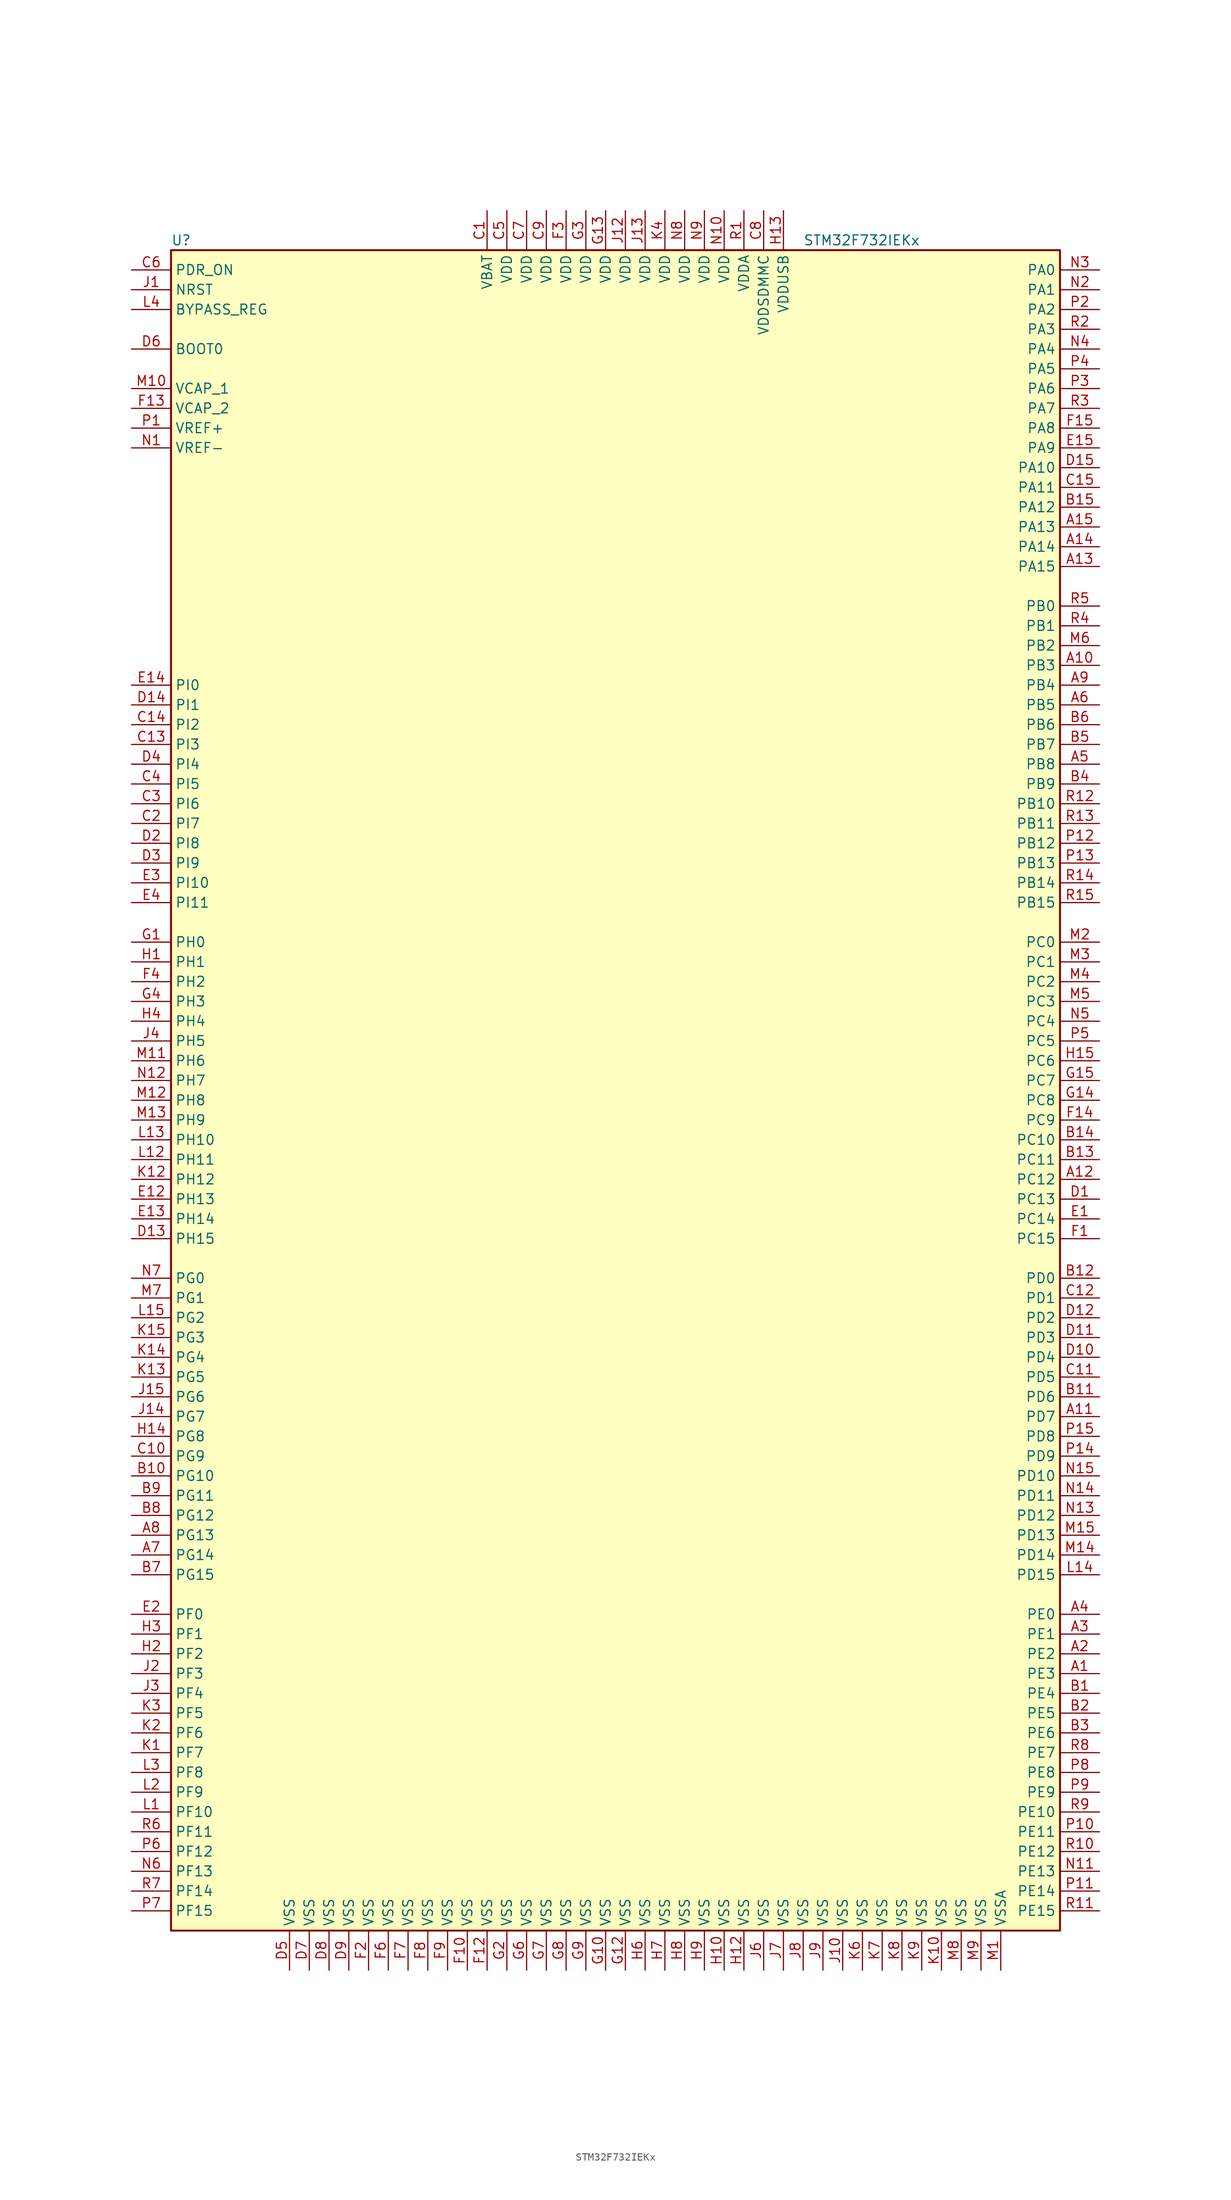
<source format=kicad_sym>
(kicad_symbol_lib
  (version 20201005)
  (generator kicad_symbol_editor)
  (symbol "MCU_ST_STM32F7:STM32F732IEKx"
    (property "Reference" "U"
      (at -58.42 107.95 0)
      (effects (font (size 1.27 1.27)) (justify left)))
    (property "Value" "STM32F732IEKx"
      (at 22.86 107.95 0)
      (effects (font (size 1.27 1.27)) (justify left)))
    (symbol "STM32F732IEKx_0_1"
      (rectangle (start -58.42 -109.22) (end 55.88 106.68) (stroke (width 0.254)) (fill (type background))))
    (symbol "STM32F732IEKx_1_1"
      (pin input line (at -63.5 93.98 0) (length 5.08) (name "BOOT0" (effects (font (size 1.27 1.27)))) (number "D6" (effects (font (size 1.27 1.27)))))
      (pin input line (at -63.5 99.06 0) (length 5.08) (name "BYPASS_REG" (effects (font (size 1.27 1.27)))) (number "L4" (effects (font (size 1.27 1.27)))))
      (pin input line (at -63.5 101.6 0) (length 5.08) (name "NRST" (effects (font (size 1.27 1.27)))) (number "J1" (effects (font (size 1.27 1.27)))))
      (pin bidirectional line (at 60.96 104.14 180) (length 5.08) (name "PA0" (effects (font (size 1.27 1.27)))) (number "N3" (effects (font (size 1.27 1.27)))))
      (pin bidirectional line (at 60.96 101.6 180) (length 5.08) (name "PA1" (effects (font (size 1.27 1.27)))) (number "N2" (effects (font (size 1.27 1.27)))))
      (pin bidirectional line (at 60.96 78.74 180) (length 5.08) (name "PA10" (effects (font (size 1.27 1.27)))) (number "D15" (effects (font (size 1.27 1.27)))))
      (pin bidirectional line (at 60.96 76.2 180) (length 5.08) (name "PA11" (effects (font (size 1.27 1.27)))) (number "C15" (effects (font (size 1.27 1.27)))))
      (pin bidirectional line (at 60.96 73.66 180) (length 5.08) (name "PA12" (effects (font (size 1.27 1.27)))) (number "B15" (effects (font (size 1.27 1.27)))))
      (pin bidirectional line (at 60.96 71.12 180) (length 5.08) (name "PA13" (effects (font (size 1.27 1.27)))) (number "A15" (effects (font (size 1.27 1.27)))))
      (pin bidirectional line (at 60.96 68.58 180) (length 5.08) (name "PA14" (effects (font (size 1.27 1.27)))) (number "A14" (effects (font (size 1.27 1.27)))))
      (pin bidirectional line (at 60.96 66.04 180) (length 5.08) (name "PA15" (effects (font (size 1.27 1.27)))) (number "A13" (effects (font (size 1.27 1.27)))))
      (pin bidirectional line (at 60.96 99.06 180) (length 5.08) (name "PA2" (effects (font (size 1.27 1.27)))) (number "P2" (effects (font (size 1.27 1.27)))))
      (pin bidirectional line (at 60.96 96.52 180) (length 5.08) (name "PA3" (effects (font (size 1.27 1.27)))) (number "R2" (effects (font (size 1.27 1.27)))))
      (pin bidirectional line (at 60.96 93.98 180) (length 5.08) (name "PA4" (effects (font (size 1.27 1.27)))) (number "N4" (effects (font (size 1.27 1.27)))))
      (pin bidirectional line (at 60.96 91.44 180) (length 5.08) (name "PA5" (effects (font (size 1.27 1.27)))) (number "P4" (effects (font (size 1.27 1.27)))))
      (pin bidirectional line (at 60.96 88.9 180) (length 5.08) (name "PA6" (effects (font (size 1.27 1.27)))) (number "P3" (effects (font (size 1.27 1.27)))))
      (pin bidirectional line (at 60.96 86.36 180) (length 5.08) (name "PA7" (effects (font (size 1.27 1.27)))) (number "R3" (effects (font (size 1.27 1.27)))))
      (pin bidirectional line (at 60.96 83.82 180) (length 5.08) (name "PA8" (effects (font (size 1.27 1.27)))) (number "F15" (effects (font (size 1.27 1.27)))))
      (pin bidirectional line (at 60.96 81.28 180) (length 5.08) (name "PA9" (effects (font (size 1.27 1.27)))) (number "E15" (effects (font (size 1.27 1.27)))))
      (pin bidirectional line (at 60.96 60.96 180) (length 5.08) (name "PB0" (effects (font (size 1.27 1.27)))) (number "R5" (effects (font (size 1.27 1.27)))))
      (pin bidirectional line (at 60.96 58.42 180) (length 5.08) (name "PB1" (effects (font (size 1.27 1.27)))) (number "R4" (effects (font (size 1.27 1.27)))))
      (pin bidirectional line (at 60.96 35.56 180) (length 5.08) (name "PB10" (effects (font (size 1.27 1.27)))) (number "R12" (effects (font (size 1.27 1.27)))))
      (pin bidirectional line (at 60.96 33.02 180) (length 5.08) (name "PB11" (effects (font (size 1.27 1.27)))) (number "R13" (effects (font (size 1.27 1.27)))))
      (pin bidirectional line (at 60.96 30.48 180) (length 5.08) (name "PB12" (effects (font (size 1.27 1.27)))) (number "P12" (effects (font (size 1.27 1.27)))))
      (pin bidirectional line (at 60.96 27.94 180) (length 5.08) (name "PB13" (effects (font (size 1.27 1.27)))) (number "P13" (effects (font (size 1.27 1.27)))))
      (pin bidirectional line (at 60.96 25.4 180) (length 5.08) (name "PB14" (effects (font (size 1.27 1.27)))) (number "R14" (effects (font (size 1.27 1.27)))))
      (pin bidirectional line (at 60.96 22.86 180) (length 5.08) (name "PB15" (effects (font (size 1.27 1.27)))) (number "R15" (effects (font (size 1.27 1.27)))))
      (pin bidirectional line (at 60.96 55.88 180) (length 5.08) (name "PB2" (effects (font (size 1.27 1.27)))) (number "M6" (effects (font (size 1.27 1.27)))))
      (pin bidirectional line (at 60.96 53.34 180) (length 5.08) (name "PB3" (effects (font (size 1.27 1.27)))) (number "A10" (effects (font (size 1.27 1.27)))))
      (pin bidirectional line (at 60.96 50.8 180) (length 5.08) (name "PB4" (effects (font (size 1.27 1.27)))) (number "A9" (effects (font (size 1.27 1.27)))))
      (pin bidirectional line (at 60.96 48.26 180) (length 5.08) (name "PB5" (effects (font (size 1.27 1.27)))) (number "A6" (effects (font (size 1.27 1.27)))))
      (pin bidirectional line (at 60.96 45.72 180) (length 5.08) (name "PB6" (effects (font (size 1.27 1.27)))) (number "B6" (effects (font (size 1.27 1.27)))))
      (pin bidirectional line (at 60.96 43.18 180) (length 5.08) (name "PB7" (effects (font (size 1.27 1.27)))) (number "B5" (effects (font (size 1.27 1.27)))))
      (pin bidirectional line (at 60.96 40.64 180) (length 5.08) (name "PB8" (effects (font (size 1.27 1.27)))) (number "A5" (effects (font (size 1.27 1.27)))))
      (pin bidirectional line (at 60.96 38.1 180) (length 5.08) (name "PB9" (effects (font (size 1.27 1.27)))) (number "B4" (effects (font (size 1.27 1.27)))))
      (pin bidirectional line (at 60.96 17.78 180) (length 5.08) (name "PC0" (effects (font (size 1.27 1.27)))) (number "M2" (effects (font (size 1.27 1.27)))))
      (pin bidirectional line (at 60.96 15.24 180) (length 5.08) (name "PC1" (effects (font (size 1.27 1.27)))) (number "M3" (effects (font (size 1.27 1.27)))))
      (pin bidirectional line (at 60.96 -7.62 180) (length 5.08) (name "PC10" (effects (font (size 1.27 1.27)))) (number "B14" (effects (font (size 1.27 1.27)))))
      (pin bidirectional line (at 60.96 -10.16 180) (length 5.08) (name "PC11" (effects (font (size 1.27 1.27)))) (number "B13" (effects (font (size 1.27 1.27)))))
      (pin bidirectional line (at 60.96 -12.7 180) (length 5.08) (name "PC12" (effects (font (size 1.27 1.27)))) (number "A12" (effects (font (size 1.27 1.27)))))
      (pin bidirectional line (at 60.96 -15.24 180) (length 5.08) (name "PC13" (effects (font (size 1.27 1.27)))) (number "D1" (effects (font (size 1.27 1.27)))))
      (pin bidirectional line (at 60.96 -17.78 180) (length 5.08) (name "PC14" (effects (font (size 1.27 1.27)))) (number "E1" (effects (font (size 1.27 1.27)))))
      (pin bidirectional line (at 60.96 -20.32 180) (length 5.08) (name "PC15" (effects (font (size 1.27 1.27)))) (number "F1" (effects (font (size 1.27 1.27)))))
      (pin bidirectional line (at 60.96 12.7 180) (length 5.08) (name "PC2" (effects (font (size 1.27 1.27)))) (number "M4" (effects (font (size 1.27 1.27)))))
      (pin bidirectional line (at 60.96 10.16 180) (length 5.08) (name "PC3" (effects (font (size 1.27 1.27)))) (number "M5" (effects (font (size 1.27 1.27)))))
      (pin bidirectional line (at 60.96 7.62 180) (length 5.08) (name "PC4" (effects (font (size 1.27 1.27)))) (number "N5" (effects (font (size 1.27 1.27)))))
      (pin bidirectional line (at 60.96 5.08 180) (length 5.08) (name "PC5" (effects (font (size 1.27 1.27)))) (number "P5" (effects (font (size 1.27 1.27)))))
      (pin bidirectional line (at 60.96 2.54 180) (length 5.08) (name "PC6" (effects (font (size 1.27 1.27)))) (number "H15" (effects (font (size 1.27 1.27)))))
      (pin bidirectional line (at 60.96 0 180) (length 5.08) (name "PC7" (effects (font (size 1.27 1.27)))) (number "G15" (effects (font (size 1.27 1.27)))))
      (pin bidirectional line (at 60.96 -2.54 180) (length 5.08) (name "PC8" (effects (font (size 1.27 1.27)))) (number "G14" (effects (font (size 1.27 1.27)))))
      (pin bidirectional line (at 60.96 -5.08 180) (length 5.08) (name "PC9" (effects (font (size 1.27 1.27)))) (number "F14" (effects (font (size 1.27 1.27)))))
      (pin bidirectional line (at 60.96 -25.4 180) (length 5.08) (name "PD0" (effects (font (size 1.27 1.27)))) (number "B12" (effects (font (size 1.27 1.27)))))
      (pin bidirectional line (at 60.96 -27.94 180) (length 5.08) (name "PD1" (effects (font (size 1.27 1.27)))) (number "C12" (effects (font (size 1.27 1.27)))))
      (pin bidirectional line (at 60.96 -50.8 180) (length 5.08) (name "PD10" (effects (font (size 1.27 1.27)))) (number "N15" (effects (font (size 1.27 1.27)))))
      (pin bidirectional line (at 60.96 -53.34 180) (length 5.08) (name "PD11" (effects (font (size 1.27 1.27)))) (number "N14" (effects (font (size 1.27 1.27)))))
      (pin bidirectional line (at 60.96 -55.88 180) (length 5.08) (name "PD12" (effects (font (size 1.27 1.27)))) (number "N13" (effects (font (size 1.27 1.27)))))
      (pin bidirectional line (at 60.96 -58.42 180) (length 5.08) (name "PD13" (effects (font (size 1.27 1.27)))) (number "M15" (effects (font (size 1.27 1.27)))))
      (pin bidirectional line (at 60.96 -60.96 180) (length 5.08) (name "PD14" (effects (font (size 1.27 1.27)))) (number "M14" (effects (font (size 1.27 1.27)))))
      (pin bidirectional line (at 60.96 -63.5 180) (length 5.08) (name "PD15" (effects (font (size 1.27 1.27)))) (number "L14" (effects (font (size 1.27 1.27)))))
      (pin bidirectional line (at 60.96 -30.48 180) (length 5.08) (name "PD2" (effects (font (size 1.27 1.27)))) (number "D12" (effects (font (size 1.27 1.27)))))
      (pin bidirectional line (at 60.96 -33.02 180) (length 5.08) (name "PD3" (effects (font (size 1.27 1.27)))) (number "D11" (effects (font (size 1.27 1.27)))))
      (pin bidirectional line (at 60.96 -35.56 180) (length 5.08) (name "PD4" (effects (font (size 1.27 1.27)))) (number "D10" (effects (font (size 1.27 1.27)))))
      (pin bidirectional line (at 60.96 -38.1 180) (length 5.08) (name "PD5" (effects (font (size 1.27 1.27)))) (number "C11" (effects (font (size 1.27 1.27)))))
      (pin bidirectional line (at 60.96 -40.64 180) (length 5.08) (name "PD6" (effects (font (size 1.27 1.27)))) (number "B11" (effects (font (size 1.27 1.27)))))
      (pin bidirectional line (at 60.96 -43.18 180) (length 5.08) (name "PD7" (effects (font (size 1.27 1.27)))) (number "A11" (effects (font (size 1.27 1.27)))))
      (pin bidirectional line (at 60.96 -45.72 180) (length 5.08) (name "PD8" (effects (font (size 1.27 1.27)))) (number "P15" (effects (font (size 1.27 1.27)))))
      (pin bidirectional line (at 60.96 -48.26 180) (length 5.08) (name "PD9" (effects (font (size 1.27 1.27)))) (number "P14" (effects (font (size 1.27 1.27)))))
      (pin input line (at -63.5 104.14 0) (length 5.08) (name "PDR_ON" (effects (font (size 1.27 1.27)))) (number "C6" (effects (font (size 1.27 1.27)))))
      (pin bidirectional line (at 60.96 -68.58 180) (length 5.08) (name "PE0" (effects (font (size 1.27 1.27)))) (number "A4" (effects (font (size 1.27 1.27)))))
      (pin bidirectional line (at 60.96 -71.12 180) (length 5.08) (name "PE1" (effects (font (size 1.27 1.27)))) (number "A3" (effects (font (size 1.27 1.27)))))
      (pin bidirectional line (at 60.96 -93.98 180) (length 5.08) (name "PE10" (effects (font (size 1.27 1.27)))) (number "R9" (effects (font (size 1.27 1.27)))))
      (pin bidirectional line (at 60.96 -96.52 180) (length 5.08) (name "PE11" (effects (font (size 1.27 1.27)))) (number "P10" (effects (font (size 1.27 1.27)))))
      (pin bidirectional line (at 60.96 -99.06 180) (length 5.08) (name "PE12" (effects (font (size 1.27 1.27)))) (number "R10" (effects (font (size 1.27 1.27)))))
      (pin bidirectional line (at 60.96 -101.6 180) (length 5.08) (name "PE13" (effects (font (size 1.27 1.27)))) (number "N11" (effects (font (size 1.27 1.27)))))
      (pin bidirectional line (at 60.96 -104.14 180) (length 5.08) (name "PE14" (effects (font (size 1.27 1.27)))) (number "P11" (effects (font (size 1.27 1.27)))))
      (pin bidirectional line (at 60.96 -106.68 180) (length 5.08) (name "PE15" (effects (font (size 1.27 1.27)))) (number "R11" (effects (font (size 1.27 1.27)))))
      (pin bidirectional line (at 60.96 -73.66 180) (length 5.08) (name "PE2" (effects (font (size 1.27 1.27)))) (number "A2" (effects (font (size 1.27 1.27)))))
      (pin bidirectional line (at 60.96 -76.2 180) (length 5.08) (name "PE3" (effects (font (size 1.27 1.27)))) (number "A1" (effects (font (size 1.27 1.27)))))
      (pin bidirectional line (at 60.96 -78.74 180) (length 5.08) (name "PE4" (effects (font (size 1.27 1.27)))) (number "B1" (effects (font (size 1.27 1.27)))))
      (pin bidirectional line (at 60.96 -81.28 180) (length 5.08) (name "PE5" (effects (font (size 1.27 1.27)))) (number "B2" (effects (font (size 1.27 1.27)))))
      (pin bidirectional line (at 60.96 -83.82 180) (length 5.08) (name "PE6" (effects (font (size 1.27 1.27)))) (number "B3" (effects (font (size 1.27 1.27)))))
      (pin bidirectional line (at 60.96 -86.36 180) (length 5.08) (name "PE7" (effects (font (size 1.27 1.27)))) (number "R8" (effects (font (size 1.27 1.27)))))
      (pin bidirectional line (at 60.96 -88.9 180) (length 5.08) (name "PE8" (effects (font (size 1.27 1.27)))) (number "P8" (effects (font (size 1.27 1.27)))))
      (pin bidirectional line (at 60.96 -91.44 180) (length 5.08) (name "PE9" (effects (font (size 1.27 1.27)))) (number "P9" (effects (font (size 1.27 1.27)))))
      (pin bidirectional line (at -63.5 -68.58 0) (length 5.08) (name "PF0" (effects (font (size 1.27 1.27)))) (number "E2" (effects (font (size 1.27 1.27)))))
      (pin bidirectional line (at -63.5 -71.12 0) (length 5.08) (name "PF1" (effects (font (size 1.27 1.27)))) (number "H3" (effects (font (size 1.27 1.27)))))
      (pin bidirectional line (at -63.5 -93.98 0) (length 5.08) (name "PF10" (effects (font (size 1.27 1.27)))) (number "L1" (effects (font (size 1.27 1.27)))))
      (pin bidirectional line (at -63.5 -96.52 0) (length 5.08) (name "PF11" (effects (font (size 1.27 1.27)))) (number "R6" (effects (font (size 1.27 1.27)))))
      (pin bidirectional line (at -63.5 -99.06 0) (length 5.08) (name "PF12" (effects (font (size 1.27 1.27)))) (number "P6" (effects (font (size 1.27 1.27)))))
      (pin bidirectional line (at -63.5 -101.6 0) (length 5.08) (name "PF13" (effects (font (size 1.27 1.27)))) (number "N6" (effects (font (size 1.27 1.27)))))
      (pin bidirectional line (at -63.5 -104.14 0) (length 5.08) (name "PF14" (effects (font (size 1.27 1.27)))) (number "R7" (effects (font (size 1.27 1.27)))))
      (pin bidirectional line (at -63.5 -106.68 0) (length 5.08) (name "PF15" (effects (font (size 1.27 1.27)))) (number "P7" (effects (font (size 1.27 1.27)))))
      (pin bidirectional line (at -63.5 -73.66 0) (length 5.08) (name "PF2" (effects (font (size 1.27 1.27)))) (number "H2" (effects (font (size 1.27 1.27)))))
      (pin bidirectional line (at -63.5 -76.2 0) (length 5.08) (name "PF3" (effects (font (size 1.27 1.27)))) (number "J2" (effects (font (size 1.27 1.27)))))
      (pin bidirectional line (at -63.5 -78.74 0) (length 5.08) (name "PF4" (effects (font (size 1.27 1.27)))) (number "J3" (effects (font (size 1.27 1.27)))))
      (pin bidirectional line (at -63.5 -81.28 0) (length 5.08) (name "PF5" (effects (font (size 1.27 1.27)))) (number "K3" (effects (font (size 1.27 1.27)))))
      (pin bidirectional line (at -63.5 -83.82 0) (length 5.08) (name "PF6" (effects (font (size 1.27 1.27)))) (number "K2" (effects (font (size 1.27 1.27)))))
      (pin bidirectional line (at -63.5 -86.36 0) (length 5.08) (name "PF7" (effects (font (size 1.27 1.27)))) (number "K1" (effects (font (size 1.27 1.27)))))
      (pin bidirectional line (at -63.5 -88.9 0) (length 5.08) (name "PF8" (effects (font (size 1.27 1.27)))) (number "L3" (effects (font (size 1.27 1.27)))))
      (pin bidirectional line (at -63.5 -91.44 0) (length 5.08) (name "PF9" (effects (font (size 1.27 1.27)))) (number "L2" (effects (font (size 1.27 1.27)))))
      (pin bidirectional line (at -63.5 -25.4 0) (length 5.08) (name "PG0" (effects (font (size 1.27 1.27)))) (number "N7" (effects (font (size 1.27 1.27)))))
      (pin bidirectional line (at -63.5 -27.94 0) (length 5.08) (name "PG1" (effects (font (size 1.27 1.27)))) (number "M7" (effects (font (size 1.27 1.27)))))
      (pin bidirectional line (at -63.5 -50.8 0) (length 5.08) (name "PG10" (effects (font (size 1.27 1.27)))) (number "B10" (effects (font (size 1.27 1.27)))))
      (pin bidirectional line (at -63.5 -53.34 0) (length 5.08) (name "PG11" (effects (font (size 1.27 1.27)))) (number "B9" (effects (font (size 1.27 1.27)))))
      (pin bidirectional line (at -63.5 -55.88 0) (length 5.08) (name "PG12" (effects (font (size 1.27 1.27)))) (number "B8" (effects (font (size 1.27 1.27)))))
      (pin bidirectional line (at -63.5 -58.42 0) (length 5.08) (name "PG13" (effects (font (size 1.27 1.27)))) (number "A8" (effects (font (size 1.27 1.27)))))
      (pin bidirectional line (at -63.5 -60.96 0) (length 5.08) (name "PG14" (effects (font (size 1.27 1.27)))) (number "A7" (effects (font (size 1.27 1.27)))))
      (pin bidirectional line (at -63.5 -63.5 0) (length 5.08) (name "PG15" (effects (font (size 1.27 1.27)))) (number "B7" (effects (font (size 1.27 1.27)))))
      (pin bidirectional line (at -63.5 -30.48 0) (length 5.08) (name "PG2" (effects (font (size 1.27 1.27)))) (number "L15" (effects (font (size 1.27 1.27)))))
      (pin bidirectional line (at -63.5 -33.02 0) (length 5.08) (name "PG3" (effects (font (size 1.27 1.27)))) (number "K15" (effects (font (size 1.27 1.27)))))
      (pin bidirectional line (at -63.5 -35.56 0) (length 5.08) (name "PG4" (effects (font (size 1.27 1.27)))) (number "K14" (effects (font (size 1.27 1.27)))))
      (pin bidirectional line (at -63.5 -38.1 0) (length 5.08) (name "PG5" (effects (font (size 1.27 1.27)))) (number "K13" (effects (font (size 1.27 1.27)))))
      (pin bidirectional line (at -63.5 -40.64 0) (length 5.08) (name "PG6" (effects (font (size 1.27 1.27)))) (number "J15" (effects (font (size 1.27 1.27)))))
      (pin bidirectional line (at -63.5 -43.18 0) (length 5.08) (name "PG7" (effects (font (size 1.27 1.27)))) (number "J14" (effects (font (size 1.27 1.27)))))
      (pin bidirectional line (at -63.5 -45.72 0) (length 5.08) (name "PG8" (effects (font (size 1.27 1.27)))) (number "H14" (effects (font (size 1.27 1.27)))))
      (pin bidirectional line (at -63.5 -48.26 0) (length 5.08) (name "PG9" (effects (font (size 1.27 1.27)))) (number "C10" (effects (font (size 1.27 1.27)))))
      (pin input line (at -63.5 17.78 0) (length 5.08) (name "PH0" (effects (font (size 1.27 1.27)))) (number "G1" (effects (font (size 1.27 1.27)))))
      (pin input line (at -63.5 15.24 0) (length 5.08) (name "PH1" (effects (font (size 1.27 1.27)))) (number "H1" (effects (font (size 1.27 1.27)))))
      (pin bidirectional line (at -63.5 -7.62 0) (length 5.08) (name "PH10" (effects (font (size 1.27 1.27)))) (number "L13" (effects (font (size 1.27 1.27)))))
      (pin bidirectional line (at -63.5 -10.16 0) (length 5.08) (name "PH11" (effects (font (size 1.27 1.27)))) (number "L12" (effects (font (size 1.27 1.27)))))
      (pin bidirectional line (at -63.5 -12.7 0) (length 5.08) (name "PH12" (effects (font (size 1.27 1.27)))) (number "K12" (effects (font (size 1.27 1.27)))))
      (pin bidirectional line (at -63.5 -15.24 0) (length 5.08) (name "PH13" (effects (font (size 1.27 1.27)))) (number "E12" (effects (font (size 1.27 1.27)))))
      (pin bidirectional line (at -63.5 -17.78 0) (length 5.08) (name "PH14" (effects (font (size 1.27 1.27)))) (number "E13" (effects (font (size 1.27 1.27)))))
      (pin bidirectional line (at -63.5 -20.32 0) (length 5.08) (name "PH15" (effects (font (size 1.27 1.27)))) (number "D13" (effects (font (size 1.27 1.27)))))
      (pin bidirectional line (at -63.5 12.7 0) (length 5.08) (name "PH2" (effects (font (size 1.27 1.27)))) (number "F4" (effects (font (size 1.27 1.27)))))
      (pin bidirectional line (at -63.5 10.16 0) (length 5.08) (name "PH3" (effects (font (size 1.27 1.27)))) (number "G4" (effects (font (size 1.27 1.27)))))
      (pin bidirectional line (at -63.5 7.62 0) (length 5.08) (name "PH4" (effects (font (size 1.27 1.27)))) (number "H4" (effects (font (size 1.27 1.27)))))
      (pin bidirectional line (at -63.5 5.08 0) (length 5.08) (name "PH5" (effects (font (size 1.27 1.27)))) (number "J4" (effects (font (size 1.27 1.27)))))
      (pin bidirectional line (at -63.5 2.54 0) (length 5.08) (name "PH6" (effects (font (size 1.27 1.27)))) (number "M11" (effects (font (size 1.27 1.27)))))
      (pin bidirectional line (at -63.5 0 0) (length 5.08) (name "PH7" (effects (font (size 1.27 1.27)))) (number "N12" (effects (font (size 1.27 1.27)))))
      (pin bidirectional line (at -63.5 -2.54 0) (length 5.08) (name "PH8" (effects (font (size 1.27 1.27)))) (number "M12" (effects (font (size 1.27 1.27)))))
      (pin bidirectional line (at -63.5 -5.08 0) (length 5.08) (name "PH9" (effects (font (size 1.27 1.27)))) (number "M13" (effects (font (size 1.27 1.27)))))
      (pin bidirectional line (at -63.5 50.8 0) (length 5.08) (name "PI0" (effects (font (size 1.27 1.27)))) (number "E14" (effects (font (size 1.27 1.27)))))
      (pin bidirectional line (at -63.5 48.26 0) (length 5.08) (name "PI1" (effects (font (size 1.27 1.27)))) (number "D14" (effects (font (size 1.27 1.27)))))
      (pin bidirectional line (at -63.5 25.4 0) (length 5.08) (name "PI10" (effects (font (size 1.27 1.27)))) (number "E3" (effects (font (size 1.27 1.27)))))
      (pin bidirectional line (at -63.5 22.86 0) (length 5.08) (name "PI11" (effects (font (size 1.27 1.27)))) (number "E4" (effects (font (size 1.27 1.27)))))
      (pin bidirectional line (at -63.5 45.72 0) (length 5.08) (name "PI2" (effects (font (size 1.27 1.27)))) (number "C14" (effects (font (size 1.27 1.27)))))
      (pin bidirectional line (at -63.5 43.18 0) (length 5.08) (name "PI3" (effects (font (size 1.27 1.27)))) (number "C13" (effects (font (size 1.27 1.27)))))
      (pin bidirectional line (at -63.5 40.64 0) (length 5.08) (name "PI4" (effects (font (size 1.27 1.27)))) (number "D4" (effects (font (size 1.27 1.27)))))
      (pin bidirectional line (at -63.5 38.1 0) (length 5.08) (name "PI5" (effects (font (size 1.27 1.27)))) (number "C4" (effects (font (size 1.27 1.27)))))
      (pin bidirectional line (at -63.5 35.56 0) (length 5.08) (name "PI6" (effects (font (size 1.27 1.27)))) (number "C3" (effects (font (size 1.27 1.27)))))
      (pin bidirectional line (at -63.5 33.02 0) (length 5.08) (name "PI7" (effects (font (size 1.27 1.27)))) (number "C2" (effects (font (size 1.27 1.27)))))
      (pin bidirectional line (at -63.5 30.48 0) (length 5.08) (name "PI8" (effects (font (size 1.27 1.27)))) (number "D2" (effects (font (size 1.27 1.27)))))
      (pin bidirectional line (at -63.5 27.94 0) (length 5.08) (name "PI9" (effects (font (size 1.27 1.27)))) (number "D3" (effects (font (size 1.27 1.27)))))
      (pin power_in line (at -17.78 111.76 270) (length 5.08) (name "VBAT" (effects (font (size 1.27 1.27)))) (number "C1" (effects (font (size 1.27 1.27)))))
      (pin power_in line (at -63.5 88.9 0) (length 5.08) (name "VCAP_1" (effects (font (size 1.27 1.27)))) (number "M10" (effects (font (size 1.27 1.27)))))
      (pin power_in line (at -63.5 86.36 0) (length 5.08) (name "VCAP_2" (effects (font (size 1.27 1.27)))) (number "F13" (effects (font (size 1.27 1.27)))))
      (pin power_in line (at -15.24 111.76 270) (length 5.08) (name "VDD" (effects (font (size 1.27 1.27)))) (number "C5" (effects (font (size 1.27 1.27)))))
      (pin power_in line (at -12.7 111.76 270) (length 5.08) (name "VDD" (effects (font (size 1.27 1.27)))) (number "C7" (effects (font (size 1.27 1.27)))))
      (pin power_in line (at -10.16 111.76 270) (length 5.08) (name "VDD" (effects (font (size 1.27 1.27)))) (number "C9" (effects (font (size 1.27 1.27)))))
      (pin power_in line (at -7.62 111.76 270) (length 5.08) (name "VDD" (effects (font (size 1.27 1.27)))) (number "F3" (effects (font (size 1.27 1.27)))))
      (pin power_in line (at -2.54 111.76 270) (length 5.08) (name "VDD" (effects (font (size 1.27 1.27)))) (number "G13" (effects (font (size 1.27 1.27)))))
      (pin power_in line (at -5.08 111.76 270) (length 5.08) (name "VDD" (effects (font (size 1.27 1.27)))) (number "G3" (effects (font (size 1.27 1.27)))))
      (pin power_in line (at 0 111.76 270) (length 5.08) (name "VDD" (effects (font (size 1.27 1.27)))) (number "J12" (effects (font (size 1.27 1.27)))))
      (pin power_in line (at 2.54 111.76 270) (length 5.08) (name "VDD" (effects (font (size 1.27 1.27)))) (number "J13" (effects (font (size 1.27 1.27)))))
      (pin power_in line (at 5.08 111.76 270) (length 5.08) (name "VDD" (effects (font (size 1.27 1.27)))) (number "K4" (effects (font (size 1.27 1.27)))))
      (pin power_in line (at 12.7 111.76 270) (length 5.08) (name "VDD" (effects (font (size 1.27 1.27)))) (number "N10" (effects (font (size 1.27 1.27)))))
      (pin power_in line (at 7.62 111.76 270) (length 5.08) (name "VDD" (effects (font (size 1.27 1.27)))) (number "N8" (effects (font (size 1.27 1.27)))))
      (pin power_in line (at 10.16 111.76 270) (length 5.08) (name "VDD" (effects (font (size 1.27 1.27)))) (number "N9" (effects (font (size 1.27 1.27)))))
      (pin power_in line (at 15.24 111.76 270) (length 5.08) (name "VDDA" (effects (font (size 1.27 1.27)))) (number "R1" (effects (font (size 1.27 1.27)))))
      (pin power_in line (at 17.78 111.76 270) (length 5.08) (name "VDDSDMMC" (effects (font (size 1.27 1.27)))) (number "C8" (effects (font (size 1.27 1.27)))))
      (pin power_in line (at 20.32 111.76 270) (length 5.08) (name "VDDUSB" (effects (font (size 1.27 1.27)))) (number "H13" (effects (font (size 1.27 1.27)))))
      (pin power_in line (at -63.5 83.82 0) (length 5.08) (name "VREF+" (effects (font (size 1.27 1.27)))) (number "P1" (effects (font (size 1.27 1.27)))))
      (pin power_in line (at -63.5 81.28 0) (length 5.08) (name "VREF-" (effects (font (size 1.27 1.27)))) (number "N1" (effects (font (size 1.27 1.27)))))
      (pin power_in line (at -43.18 -114.3 90) (length 5.08) (name "VSS" (effects (font (size 1.27 1.27)))) (number "D5" (effects (font (size 1.27 1.27)))))
      (pin power_in line (at -40.64 -114.3 90) (length 5.08) (name "VSS" (effects (font (size 1.27 1.27)))) (number "D7" (effects (font (size 1.27 1.27)))))
      (pin power_in line (at -38.1 -114.3 90) (length 5.08) (name "VSS" (effects (font (size 1.27 1.27)))) (number "D8" (effects (font (size 1.27 1.27)))))
      (pin power_in line (at -35.56 -114.3 90) (length 5.08) (name "VSS" (effects (font (size 1.27 1.27)))) (number "D9" (effects (font (size 1.27 1.27)))))
      (pin power_in line (at -20.32 -114.3 90) (length 5.08) (name "VSS" (effects (font (size 1.27 1.27)))) (number "F10" (effects (font (size 1.27 1.27)))))
      (pin power_in line (at -17.78 -114.3 90) (length 5.08) (name "VSS" (effects (font (size 1.27 1.27)))) (number "F12" (effects (font (size 1.27 1.27)))))
      (pin power_in line (at -33.02 -114.3 90) (length 5.08) (name "VSS" (effects (font (size 1.27 1.27)))) (number "F2" (effects (font (size 1.27 1.27)))))
      (pin power_in line (at -30.48 -114.3 90) (length 5.08) (name "VSS" (effects (font (size 1.27 1.27)))) (number "F6" (effects (font (size 1.27 1.27)))))
      (pin power_in line (at -27.94 -114.3 90) (length 5.08) (name "VSS" (effects (font (size 1.27 1.27)))) (number "F7" (effects (font (size 1.27 1.27)))))
      (pin power_in line (at -25.4 -114.3 90) (length 5.08) (name "VSS" (effects (font (size 1.27 1.27)))) (number "F8" (effects (font (size 1.27 1.27)))))
      (pin power_in line (at -22.86 -114.3 90) (length 5.08) (name "VSS" (effects (font (size 1.27 1.27)))) (number "F9" (effects (font (size 1.27 1.27)))))
      (pin power_in line (at -2.54 -114.3 90) (length 5.08) (name "VSS" (effects (font (size 1.27 1.27)))) (number "G10" (effects (font (size 1.27 1.27)))))
      (pin power_in line (at 0 -114.3 90) (length 5.08) (name "VSS" (effects (font (size 1.27 1.27)))) (number "G12" (effects (font (size 1.27 1.27)))))
      (pin power_in line (at -15.24 -114.3 90) (length 5.08) (name "VSS" (effects (font (size 1.27 1.27)))) (number "G2" (effects (font (size 1.27 1.27)))))
      (pin power_in line (at -12.7 -114.3 90) (length 5.08) (name "VSS" (effects (font (size 1.27 1.27)))) (number "G6" (effects (font (size 1.27 1.27)))))
      (pin power_in line (at -10.16 -114.3 90) (length 5.08) (name "VSS" (effects (font (size 1.27 1.27)))) (number "G7" (effects (font (size 1.27 1.27)))))
      (pin power_in line (at -7.62 -114.3 90) (length 5.08) (name "VSS" (effects (font (size 1.27 1.27)))) (number "G8" (effects (font (size 1.27 1.27)))))
      (pin power_in line (at -5.08 -114.3 90) (length 5.08) (name "VSS" (effects (font (size 1.27 1.27)))) (number "G9" (effects (font (size 1.27 1.27)))))
      (pin power_in line (at 12.7 -114.3 90) (length 5.08) (name "VSS" (effects (font (size 1.27 1.27)))) (number "H10" (effects (font (size 1.27 1.27)))))
      (pin power_in line (at 15.24 -114.3 90) (length 5.08) (name "VSS" (effects (font (size 1.27 1.27)))) (number "H12" (effects (font (size 1.27 1.27)))))
      (pin power_in line (at 2.54 -114.3 90) (length 5.08) (name "VSS" (effects (font (size 1.27 1.27)))) (number "H6" (effects (font (size 1.27 1.27)))))
      (pin power_in line (at 5.08 -114.3 90) (length 5.08) (name "VSS" (effects (font (size 1.27 1.27)))) (number "H7" (effects (font (size 1.27 1.27)))))
      (pin power_in line (at 7.62 -114.3 90) (length 5.08) (name "VSS" (effects (font (size 1.27 1.27)))) (number "H8" (effects (font (size 1.27 1.27)))))
      (pin power_in line (at 10.16 -114.3 90) (length 5.08) (name "VSS" (effects (font (size 1.27 1.27)))) (number "H9" (effects (font (size 1.27 1.27)))))
      (pin power_in line (at 27.94 -114.3 90) (length 5.08) (name "VSS" (effects (font (size 1.27 1.27)))) (number "J10" (effects (font (size 1.27 1.27)))))
      (pin power_in line (at 17.78 -114.3 90) (length 5.08) (name "VSS" (effects (font (size 1.27 1.27)))) (number "J6" (effects (font (size 1.27 1.27)))))
      (pin power_in line (at 20.32 -114.3 90) (length 5.08) (name "VSS" (effects (font (size 1.27 1.27)))) (number "J7" (effects (font (size 1.27 1.27)))))
      (pin power_in line (at 22.86 -114.3 90) (length 5.08) (name "VSS" (effects (font (size 1.27 1.27)))) (number "J8" (effects (font (size 1.27 1.27)))))
      (pin power_in line (at 25.4 -114.3 90) (length 5.08) (name "VSS" (effects (font (size 1.27 1.27)))) (number "J9" (effects (font (size 1.27 1.27)))))
      (pin power_in line (at 40.64 -114.3 90) (length 5.08) (name "VSS" (effects (font (size 1.27 1.27)))) (number "K10" (effects (font (size 1.27 1.27)))))
      (pin power_in line (at 30.48 -114.3 90) (length 5.08) (name "VSS" (effects (font (size 1.27 1.27)))) (number "K6" (effects (font (size 1.27 1.27)))))
      (pin power_in line (at 33.02 -114.3 90) (length 5.08) (name "VSS" (effects (font (size 1.27 1.27)))) (number "K7" (effects (font (size 1.27 1.27)))))
      (pin power_in line (at 35.56 -114.3 90) (length 5.08) (name "VSS" (effects (font (size 1.27 1.27)))) (number "K8" (effects (font (size 1.27 1.27)))))
      (pin power_in line (at 38.1 -114.3 90) (length 5.08) (name "VSS" (effects (font (size 1.27 1.27)))) (number "K9" (effects (font (size 1.27 1.27)))))
      (pin power_in line (at 43.18 -114.3 90) (length 5.08) (name "VSS" (effects (font (size 1.27 1.27)))) (number "M8" (effects (font (size 1.27 1.27)))))
      (pin power_in line (at 45.72 -114.3 90) (length 5.08) (name "VSS" (effects (font (size 1.27 1.27)))) (number "M9" (effects (font (size 1.27 1.27)))))
      (pin power_in line (at 48.26 -114.3 90) (length 5.08) (name "VSSA" (effects (font (size 1.27 1.27)))) (number "M1" (effects (font (size 1.27 1.27))))))))
</source>
